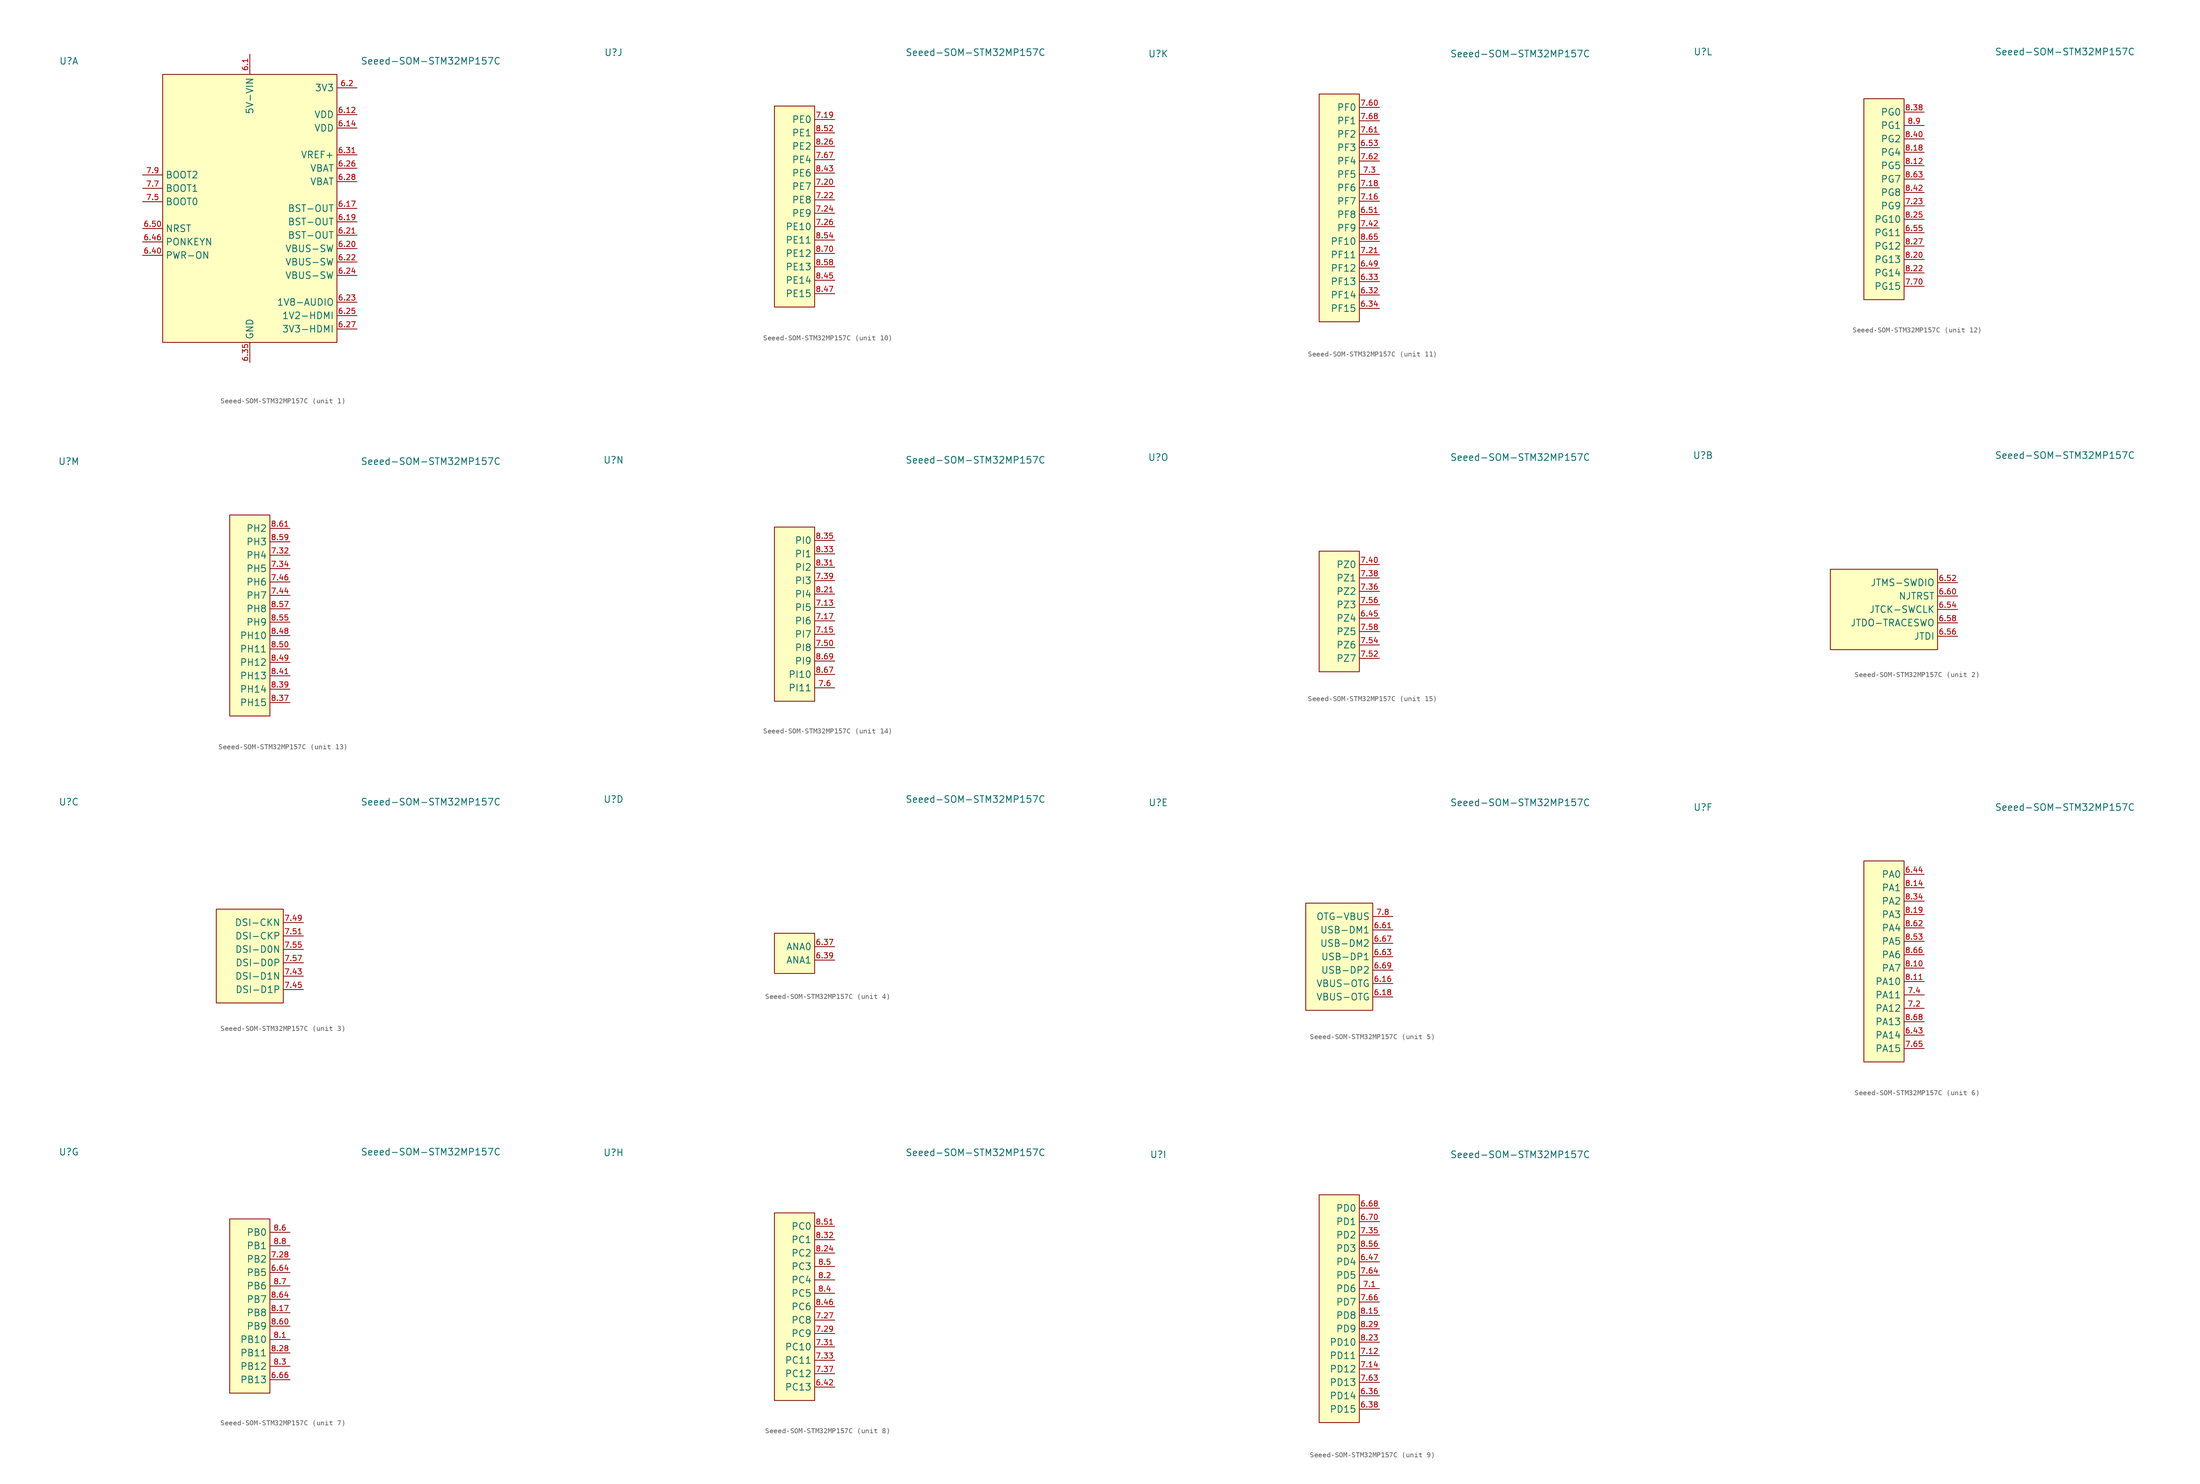
<source format=kicad_sym>
(kicad_symbol_lib
  (version 20210619)
  (generator kicad_symbol_editor)
  (symbol "Seeed-SOM-STM32MP157C"
    (property "Reference" "U"
      (at -34.29 29.21 0)
      (effects (font (size 1.27 1.27))))
    (property "Value" "Seeed-SOM-STM32MP157C"
      (at 34.29 29.21 0)
      (effects (font (size 1.27 1.27))))
    (property "ki_locked" ""
      (at 0 0 0)
      (effects (font (size 1.27 1.27))))
    (symbol "Seeed-SOM-STM32MP157C_1_1"
      (rectangle (start -16.51 -24.13) (end 16.51 26.67) (stroke (width 0)) (fill (type background)))
      (pin power_in line (at 0 30.48 270) (length 3.81) (name "5V-VIN" (effects (font (size 1.27 1.27)))) (number "6.1" (effects (font (size 1.016 1.016)))))
      (pin passive line (at 20.32 24.13 180) (length 3.81) hide (name "3V3" (effects (font (size 1.27 1.27)))) (number "6.10" (effects (font (size 1.016 1.016)))))
      (pin passive line (at 0 30.48 270) (length 3.81) hide (name "5V-VIN" (effects (font (size 1.27 1.27)))) (number "6.11" (effects (font (size 1.016 1.016)))))
      (pin power_out line (at 20.32 19.05 180) (length 3.81) (name "VDD" (effects (font (size 1.27 1.27)))) (number "6.12" (effects (font (size 1.016 1.016)))))
      (pin passive line (at 0 30.48 270) (length 3.81) hide (name "5V-VIN" (effects (font (size 1.27 1.27)))) (number "6.13" (effects (font (size 1.016 1.016)))))
      (pin power_out line (at 20.32 16.51 180) (length 3.81) (name "VDD" (effects (font (size 1.27 1.27)))) (number "6.14" (effects (font (size 1.016 1.016)))))
      (pin passive line (at 0 30.48 270) (length 3.81) hide (name "5V-VIN" (effects (font (size 1.27 1.27)))) (number "6.15" (effects (font (size 1.016 1.016)))))
      (pin power_out line (at 20.32 1.27 180) (length 3.81) (name "BST-OUT" (effects (font (size 1.27 1.27)))) (number "6.17" (effects (font (size 1.016 1.016)))))
      (pin power_out line (at 20.32 -1.27 180) (length 3.81) (name "BST-OUT" (effects (font (size 1.27 1.27)))) (number "6.19" (effects (font (size 1.016 1.016)))))
      (pin power_out line (at 20.32 24.13 180) (length 3.81) (name "3V3" (effects (font (size 1.27 1.27)))) (number "6.2" (effects (font (size 1.016 1.016)))))
      (pin power_out line (at 20.32 -6.35 180) (length 3.81) (name "VBUS-SW" (effects (font (size 1.27 1.27)))) (number "6.20" (effects (font (size 1.016 1.016)))))
      (pin power_out line (at 20.32 -3.81 180) (length 3.81) (name "BST-OUT" (effects (font (size 1.27 1.27)))) (number "6.21" (effects (font (size 1.016 1.016)))))
      (pin power_out line (at 20.32 -8.89 180) (length 3.81) (name "VBUS-SW" (effects (font (size 1.27 1.27)))) (number "6.22" (effects (font (size 1.016 1.016)))))
      (pin power_in line (at 20.32 -16.51 180) (length 3.81) (name "1V8-AUDIO" (effects (font (size 1.27 1.27)))) (number "6.23" (effects (font (size 1.016 1.016)))))
      (pin power_out line (at 20.32 -11.43 180) (length 3.81) (name "VBUS-SW" (effects (font (size 1.27 1.27)))) (number "6.24" (effects (font (size 1.016 1.016)))))
      (pin power_in line (at 20.32 -19.05 180) (length 3.81) (name "1V2-HDMI" (effects (font (size 1.27 1.27)))) (number "6.25" (effects (font (size 1.016 1.016)))))
      (pin power_in line (at 20.32 8.89 180) (length 3.81) (name "VBAT" (effects (font (size 1.27 1.27)))) (number "6.26" (effects (font (size 1.016 1.016)))))
      (pin power_in line (at 20.32 -21.59 180) (length 3.81) (name "3V3-HDMI" (effects (font (size 1.27 1.27)))) (number "6.27" (effects (font (size 1.016 1.016)))))
      (pin power_in line (at 20.32 6.35 180) (length 3.81) (name "VBAT" (effects (font (size 1.27 1.27)))) (number "6.28" (effects (font (size 1.016 1.016)))))
      (pin no_connect line (at 1.27 1.27 90) (length 3.81) hide (name "NC" (effects (font (size 1.27 1.27)))) (number "6.29" (effects (font (size 1.016 1.016)))))
      (pin passive line (at 0 30.48 270) (length 3.81) hide (name "5V-VIN" (effects (font (size 1.27 1.27)))) (number "6.3" (effects (font (size 1.016 1.016)))))
      (pin no_connect line (at -1.27 1.27 90) (length 3.81) hide (name "NC" (effects (font (size 1.27 1.27)))) (number "6.30" (effects (font (size 1.016 1.016)))))
      (pin power_in line (at 20.32 11.43 180) (length 3.81) (name "VREF+" (effects (font (size 1.27 1.27)))) (number "6.31" (effects (font (size 1.016 1.016)))))
      (pin power_in line (at 0 -27.94 90) (length 3.81) (name "GND" (effects (font (size 1.27 1.27)))) (number "6.35" (effects (font (size 1.016 1.016)))))
      (pin passive line (at 20.32 24.13 180) (length 3.81) hide (name "3V3" (effects (font (size 1.27 1.27)))) (number "6.4" (effects (font (size 1.016 1.016)))))
      (pin output line (at -20.32 -7.62 0) (length 3.81) (name "PWR-ON" (effects (font (size 1.27 1.27)))) (number "6.40" (effects (font (size 1.016 1.016)))))
      (pin passive line (at 0 -27.94 90) (length 3.81) hide (name "GND" (effects (font (size 1.27 1.27)))) (number "6.41" (effects (font (size 1.016 1.016)))))
      (pin input line (at -20.32 -5.08 0) (length 3.81) (name "PONKEYN" (effects (font (size 1.27 1.27)))) (number "6.46" (effects (font (size 1.016 1.016)))))
      (pin passive line (at 0 -27.94 90) (length 3.81) hide (name "GND" (effects (font (size 1.27 1.27)))) (number "6.48" (effects (font (size 1.016 1.016)))))
      (pin passive line (at 0 30.48 270) (length 3.81) hide (name "5V-VIN" (effects (font (size 1.27 1.27)))) (number "6.5" (effects (font (size 1.016 1.016)))))
      (pin input line (at -20.32 -2.54 0) (length 3.81) (name "NRST" (effects (font (size 1.27 1.27)))) (number "6.50" (effects (font (size 1.016 1.016)))))
      (pin passive line (at 0 -27.94 90) (length 3.81) hide (name "GND" (effects (font (size 1.27 1.27)))) (number "6.57" (effects (font (size 1.016 1.016)))))
      (pin passive line (at 0 -27.94 90) (length 3.81) hide (name "GND" (effects (font (size 1.27 1.27)))) (number "6.59" (effects (font (size 1.016 1.016)))))
      (pin passive line (at 20.32 24.13 180) (length 3.81) hide (name "3V3" (effects (font (size 1.27 1.27)))) (number "6.6" (effects (font (size 1.016 1.016)))))
      (pin passive line (at 0 -27.94 90) (length 3.81) hide (name "GND" (effects (font (size 1.27 1.27)))) (number "6.62" (effects (font (size 1.016 1.016)))))
      (pin passive line (at 0 -27.94 90) (length 3.81) hide (name "GND" (effects (font (size 1.27 1.27)))) (number "6.65" (effects (font (size 1.016 1.016)))))
      (pin passive line (at 0 30.48 270) (length 3.81) hide (name "5V-VIN" (effects (font (size 1.27 1.27)))) (number "6.7" (effects (font (size 1.016 1.016)))))
      (pin passive line (at 20.32 24.13 180) (length 3.81) hide (name "3V3" (effects (font (size 1.27 1.27)))) (number "6.8" (effects (font (size 1.016 1.016)))))
      (pin passive line (at 0 30.48 270) (length 3.81) hide (name "5V-VIN" (effects (font (size 1.27 1.27)))) (number "6.9" (effects (font (size 1.016 1.016)))))
      (pin passive line (at 0 -27.94 90) (length 3.81) hide (name "GND" (effects (font (size 1.27 1.27)))) (number "7.10" (effects (font (size 1.016 1.016)))))
      (pin passive line (at 0 -27.94 90) (length 3.81) hide (name "GND" (effects (font (size 1.27 1.27)))) (number "7.11" (effects (font (size 1.016 1.016)))))
      (pin passive line (at 0 -27.94 90) (length 3.81) hide (name "GND" (effects (font (size 1.27 1.27)))) (number "7.25" (effects (font (size 1.016 1.016)))))
      (pin passive line (at 0 -27.94 90) (length 3.81) hide (name "GND" (effects (font (size 1.27 1.27)))) (number "7.30" (effects (font (size 1.016 1.016)))))
      (pin passive line (at 0 -27.94 90) (length 3.81) hide (name "GND" (effects (font (size 1.27 1.27)))) (number "7.41" (effects (font (size 1.016 1.016)))))
      (pin passive line (at 0 -27.94 90) (length 3.81) hide (name "GND" (effects (font (size 1.27 1.27)))) (number "7.47" (effects (font (size 1.016 1.016)))))
      (pin passive line (at 0 -27.94 90) (length 3.81) hide (name "GND" (effects (font (size 1.27 1.27)))) (number "7.48" (effects (font (size 1.016 1.016)))))
      (pin input line (at -20.32 2.54 0) (length 3.81) (name "BOOT0" (effects (font (size 1.27 1.27)))) (number "7.5" (effects (font (size 1.016 1.016)))))
      (pin passive line (at 0 -27.94 90) (length 3.81) hide (name "GND" (effects (font (size 1.27 1.27)))) (number "7.53" (effects (font (size 1.016 1.016)))))
      (pin passive line (at 0 -27.94 90) (length 3.81) hide (name "GND" (effects (font (size 1.27 1.27)))) (number "7.59" (effects (font (size 1.016 1.016)))))
      (pin passive line (at 0 -27.94 90) (length 3.81) hide (name "GND" (effects (font (size 1.27 1.27)))) (number "7.69" (effects (font (size 1.016 1.016)))))
      (pin input line (at -20.32 5.08 0) (length 3.81) (name "BOOT1" (effects (font (size 1.27 1.27)))) (number "7.7" (effects (font (size 1.016 1.016)))))
      (pin input line (at -20.32 7.62 0) (length 3.81) (name "BOOT2" (effects (font (size 1.27 1.27)))) (number "7.9" (effects (font (size 1.016 1.016)))))
      (pin passive line (at 0 -27.94 90) (length 3.81) hide (name "GND" (effects (font (size 1.27 1.27)))) (number "8.13" (effects (font (size 1.016 1.016)))))
      (pin passive line (at 0 -27.94 90) (length 3.81) hide (name "GND" (effects (font (size 1.27 1.27)))) (number "8.16" (effects (font (size 1.016 1.016)))))
      (pin passive line (at 0 -27.94 90) (length 3.81) hide (name "GND" (effects (font (size 1.27 1.27)))) (number "8.30" (effects (font (size 1.016 1.016)))))
      (pin passive line (at 0 -27.94 90) (length 3.81) hide (name "GND" (effects (font (size 1.27 1.27)))) (number "8.36" (effects (font (size 1.016 1.016)))))
      (pin passive line (at 0 -27.94 90) (length 3.81) hide (name "GND" (effects (font (size 1.27 1.27)))) (number "8.44" (effects (font (size 1.016 1.016))))))
    (symbol "Seeed-SOM-STM32MP157C_2_1"
      (rectangle (start -10.16 7.62) (end 10.16 -7.62) (stroke (width 0)) (fill (type background)))
      (pin bidirectional line (at 13.97 5.08 180) (length 3.81) (name "JTMS-SWDIO" (effects (font (size 1.27 1.27)))) (number "6.52" (effects (font (size 1.016 1.016)))))
      (pin input line (at 13.97 0 180) (length 3.81) (name "JTCK-SWCLK" (effects (font (size 1.27 1.27)))) (number "6.54" (effects (font (size 1.016 1.016)))))
      (pin input line (at 13.97 -5.08 180) (length 3.81) (name "JTDI" (effects (font (size 1.27 1.27)))) (number "6.56" (effects (font (size 1.016 1.016)))))
      (pin output line (at 13.97 -2.54 180) (length 3.81) (name "JTDO-TRACESWO" (effects (font (size 1.27 1.27)))) (number "6.58" (effects (font (size 1.016 1.016)))))
      (pin input line (at 13.97 2.54 180) (length 3.81) (name "NJTRST" (effects (font (size 1.27 1.27)))) (number "6.60" (effects (font (size 1.016 1.016))))))
    (symbol "Seeed-SOM-STM32MP157C_3_1"
      (rectangle (start 6.35 8.89) (end -6.35 -8.89) (stroke (width 0)) (fill (type background)))
      (pin unspecified line (at 10.16 -3.81 180) (length 3.81) (name "DSI-D1N" (effects (font (size 1.27 1.27)))) (number "7.43" (effects (font (size 1.016 1.016)))))
      (pin unspecified line (at 10.16 -6.35 180) (length 3.81) (name "DSI-D1P" (effects (font (size 1.27 1.27)))) (number "7.45" (effects (font (size 1.016 1.016)))))
      (pin unspecified line (at 10.16 6.35 180) (length 3.81) (name "DSI-CKN" (effects (font (size 1.27 1.27)))) (number "7.49" (effects (font (size 1.016 1.016)))))
      (pin unspecified line (at 10.16 3.81 180) (length 3.81) (name "DSI-CKP" (effects (font (size 1.27 1.27)))) (number "7.51" (effects (font (size 1.016 1.016)))))
      (pin unspecified line (at 10.16 1.27 180) (length 3.81) (name "DSI-D0N" (effects (font (size 1.27 1.27)))) (number "7.55" (effects (font (size 1.016 1.016)))))
      (pin unspecified line (at 10.16 -1.27 180) (length 3.81) (name "DSI-D0P" (effects (font (size 1.27 1.27)))) (number "7.57" (effects (font (size 1.016 1.016))))))
    (symbol "Seeed-SOM-STM32MP157C_4_1"
      (rectangle (start 3.81 3.81) (end -3.81 -3.81) (stroke (width 0)) (fill (type background)))
      (pin unspecified line (at 7.62 1.27 180) (length 3.81) (name "ANA0" (effects (font (size 1.27 1.27)))) (number "6.37" (effects (font (size 1.016 1.016)))))
      (pin unspecified line (at 7.62 -1.27 180) (length 3.81) (name "ANA1" (effects (font (size 1.27 1.27)))) (number "6.39" (effects (font (size 1.016 1.016))))))
    (symbol "Seeed-SOM-STM32MP157C_5_1"
      (rectangle (start 6.35 10.16) (end -6.35 -10.16) (stroke (width 0)) (fill (type background)))
      (pin power_in line (at 10.16 -5.08 180) (length 3.81) (name "VBUS-OTG" (effects (font (size 1.27 1.27)))) (number "6.16" (effects (font (size 1.016 1.016)))))
      (pin power_in line (at 10.16 -7.62 180) (length 3.81) (name "VBUS-OTG" (effects (font (size 1.27 1.27)))) (number "6.18" (effects (font (size 1.016 1.016)))))
      (pin unspecified line (at 10.16 5.08 180) (length 3.81) (name "USB-DM1" (effects (font (size 1.27 1.27)))) (number "6.61" (effects (font (size 1.016 1.016)))))
      (pin unspecified line (at 10.16 0 180) (length 3.81) (name "USB-DP1" (effects (font (size 1.27 1.27)))) (number "6.63" (effects (font (size 1.016 1.016)))))
      (pin unspecified line (at 10.16 2.54 180) (length 3.81) (name "USB-DM2" (effects (font (size 1.27 1.27)))) (number "6.67" (effects (font (size 1.016 1.016)))))
      (pin unspecified line (at 10.16 -2.54 180) (length 3.81) (name "USB-DP2" (effects (font (size 1.27 1.27)))) (number "6.69" (effects (font (size 1.016 1.016)))))
      (pin unspecified line (at 10.16 7.62 180) (length 3.81) (name "OTG-VBUS" (effects (font (size 1.27 1.27)))) (number "7.8" (effects (font (size 1.016 1.016))))))
    (symbol "Seeed-SOM-STM32MP157C_6_1"
      (rectangle (start 3.81 19.05) (end -3.81 -19.05) (stroke (width 0)) (fill (type background)))
      (pin bidirectional line (at 7.62 -13.97 180) (length 3.81) (name "PA14" (effects (font (size 1.27 1.27)))) (number "6.43" (effects (font (size 1.016 1.016)))))
      (pin bidirectional line (at 7.62 16.51 180) (length 3.81) (name "PA0" (effects (font (size 1.27 1.27)))) (number "6.44" (effects (font (size 1.016 1.016)))))
      (pin bidirectional line (at 7.62 -8.89 180) (length 3.81) (name "PA12" (effects (font (size 1.27 1.27)))) (number "7.2" (effects (font (size 1.016 1.016)))))
      (pin bidirectional line (at 7.62 -6.35 180) (length 3.81) (name "PA11" (effects (font (size 1.27 1.27)))) (number "7.4" (effects (font (size 1.016 1.016)))))
      (pin bidirectional line (at 7.62 -16.51 180) (length 3.81) (name "PA15" (effects (font (size 1.27 1.27)))) (number "7.65" (effects (font (size 1.016 1.016)))))
      (pin bidirectional line (at 7.62 -1.27 180) (length 3.81) (name "PA7" (effects (font (size 1.27 1.27)))) (number "8.10" (effects (font (size 1.016 1.016)))))
      (pin bidirectional line (at 7.62 -3.81 180) (length 3.81) (name "PA10" (effects (font (size 1.27 1.27)))) (number "8.11" (effects (font (size 1.016 1.016)))))
      (pin bidirectional line (at 7.62 13.97 180) (length 3.81) (name "PA1" (effects (font (size 1.27 1.27)))) (number "8.14" (effects (font (size 1.016 1.016)))))
      (pin bidirectional line (at 7.62 8.89 180) (length 3.81) (name "PA3" (effects (font (size 1.27 1.27)))) (number "8.19" (effects (font (size 1.016 1.016)))))
      (pin bidirectional line (at 7.62 11.43 180) (length 3.81) (name "PA2" (effects (font (size 1.27 1.27)))) (number "8.34" (effects (font (size 1.016 1.016)))))
      (pin bidirectional line (at 7.62 3.81 180) (length 3.81) (name "PA5" (effects (font (size 1.27 1.27)))) (number "8.53" (effects (font (size 1.016 1.016)))))
      (pin bidirectional line (at 7.62 6.35 180) (length 3.81) (name "PA4" (effects (font (size 1.27 1.27)))) (number "8.62" (effects (font (size 1.016 1.016)))))
      (pin bidirectional line (at 7.62 1.27 180) (length 3.81) (name "PA6" (effects (font (size 1.27 1.27)))) (number "8.66" (effects (font (size 1.016 1.016)))))
      (pin bidirectional line (at 7.62 -11.43 180) (length 3.81) (name "PA13" (effects (font (size 1.27 1.27)))) (number "8.68" (effects (font (size 1.016 1.016))))))
    (symbol "Seeed-SOM-STM32MP157C_7_1"
      (rectangle (start 3.81 16.51) (end -3.81 -16.51) (stroke (width 0)) (fill (type background)))
      (pin bidirectional line (at 7.62 6.35 180) (length 3.81) (name "PB5" (effects (font (size 1.27 1.27)))) (number "6.64" (effects (font (size 1.016 1.016)))))
      (pin bidirectional line (at 7.62 -13.97 180) (length 3.81) (name "PB13" (effects (font (size 1.27 1.27)))) (number "6.66" (effects (font (size 1.016 1.016)))))
      (pin bidirectional line (at 7.62 8.89 180) (length 3.81) (name "PB2" (effects (font (size 1.27 1.27)))) (number "7.28" (effects (font (size 1.016 1.016)))))
      (pin bidirectional line (at 7.62 -6.35 180) (length 3.81) (name "PB10" (effects (font (size 1.27 1.27)))) (number "8.1" (effects (font (size 1.016 1.016)))))
      (pin bidirectional line (at 7.62 -1.27 180) (length 3.81) (name "PB8" (effects (font (size 1.27 1.27)))) (number "8.17" (effects (font (size 1.016 1.016)))))
      (pin bidirectional line (at 7.62 -8.89 180) (length 3.81) (name "PB11" (effects (font (size 1.27 1.27)))) (number "8.28" (effects (font (size 1.016 1.016)))))
      (pin bidirectional line (at 7.62 -11.43 180) (length 3.81) (name "PB12" (effects (font (size 1.27 1.27)))) (number "8.3" (effects (font (size 1.016 1.016)))))
      (pin bidirectional line (at 7.62 13.97 180) (length 3.81) (name "PB0" (effects (font (size 1.27 1.27)))) (number "8.6" (effects (font (size 1.016 1.016)))))
      (pin bidirectional line (at 7.62 -3.81 180) (length 3.81) (name "PB9" (effects (font (size 1.27 1.27)))) (number "8.60" (effects (font (size 1.016 1.016)))))
      (pin bidirectional line (at 7.62 1.27 180) (length 3.81) (name "PB7" (effects (font (size 1.27 1.27)))) (number "8.64" (effects (font (size 1.016 1.016)))))
      (pin bidirectional line (at 7.62 3.81 180) (length 3.81) (name "PB6" (effects (font (size 1.27 1.27)))) (number "8.7" (effects (font (size 1.016 1.016)))))
      (pin bidirectional line (at 7.62 11.43 180) (length 3.81) (name "PB1" (effects (font (size 1.27 1.27)))) (number "8.8" (effects (font (size 1.016 1.016))))))
    (symbol "Seeed-SOM-STM32MP157C_8_1"
      (rectangle (start 3.81 17.78) (end -3.81 -17.78) (stroke (width 0)) (fill (type background)))
      (pin bidirectional line (at 7.62 -15.24 180) (length 3.81) (name "PC13" (effects (font (size 1.27 1.27)))) (number "6.42" (effects (font (size 1.016 1.016)))))
      (pin bidirectional line (at 7.62 -2.54 180) (length 3.81) (name "PC8" (effects (font (size 1.27 1.27)))) (number "7.27" (effects (font (size 1.016 1.016)))))
      (pin bidirectional line (at 7.62 -5.08 180) (length 3.81) (name "PC9" (effects (font (size 1.27 1.27)))) (number "7.29" (effects (font (size 1.016 1.016)))))
      (pin bidirectional line (at 7.62 -7.62 180) (length 3.81) (name "PC10" (effects (font (size 1.27 1.27)))) (number "7.31" (effects (font (size 1.016 1.016)))))
      (pin bidirectional line (at 7.62 -10.16 180) (length 3.81) (name "PC11" (effects (font (size 1.27 1.27)))) (number "7.33" (effects (font (size 1.016 1.016)))))
      (pin bidirectional line (at 7.62 -12.7 180) (length 3.81) (name "PC12" (effects (font (size 1.27 1.27)))) (number "7.37" (effects (font (size 1.016 1.016)))))
      (pin bidirectional line (at 7.62 5.08 180) (length 3.81) (name "PC4" (effects (font (size 1.27 1.27)))) (number "8.2" (effects (font (size 1.016 1.016)))))
      (pin bidirectional line (at 7.62 10.16 180) (length 3.81) (name "PC2" (effects (font (size 1.27 1.27)))) (number "8.24" (effects (font (size 1.016 1.016)))))
      (pin bidirectional line (at 7.62 12.7 180) (length 3.81) (name "PC1" (effects (font (size 1.27 1.27)))) (number "8.32" (effects (font (size 1.016 1.016)))))
      (pin bidirectional line (at 7.62 2.54 180) (length 3.81) (name "PC5" (effects (font (size 1.27 1.27)))) (number "8.4" (effects (font (size 1.016 1.016)))))
      (pin bidirectional line (at 7.62 0 180) (length 3.81) (name "PC6" (effects (font (size 1.27 1.27)))) (number "8.46" (effects (font (size 1.016 1.016)))))
      (pin bidirectional line (at 7.62 7.62 180) (length 3.81) (name "PC3" (effects (font (size 1.27 1.27)))) (number "8.5" (effects (font (size 1.016 1.016)))))
      (pin bidirectional line (at 7.62 15.24 180) (length 3.81) (name "PC0" (effects (font (size 1.27 1.27)))) (number "8.51" (effects (font (size 1.016 1.016))))))
    (symbol "Seeed-SOM-STM32MP157C_9_1"
      (rectangle (start 3.81 21.59) (end -3.81 -21.59) (stroke (width 0)) (fill (type background)))
      (pin bidirectional line (at 7.62 -16.51 180) (length 3.81) (name "PD14" (effects (font (size 1.27 1.27)))) (number "6.36" (effects (font (size 1.016 1.016)))))
      (pin bidirectional line (at 7.62 -19.05 180) (length 3.81) (name "PD15" (effects (font (size 1.27 1.27)))) (number "6.38" (effects (font (size 1.016 1.016)))))
      (pin bidirectional line (at 7.62 8.89 180) (length 3.81) (name "PD4" (effects (font (size 1.27 1.27)))) (number "6.47" (effects (font (size 1.016 1.016)))))
      (pin bidirectional line (at 7.62 19.05 180) (length 3.81) (name "PD0" (effects (font (size 1.27 1.27)))) (number "6.68" (effects (font (size 1.016 1.016)))))
      (pin bidirectional line (at 7.62 16.51 180) (length 3.81) (name "PD1" (effects (font (size 1.27 1.27)))) (number "6.70" (effects (font (size 1.016 1.016)))))
      (pin bidirectional line (at 7.62 3.81 180) (length 3.81) (name "PD6" (effects (font (size 1.27 1.27)))) (number "7.1" (effects (font (size 1.016 1.016)))))
      (pin bidirectional line (at 7.62 -8.89 180) (length 3.81) (name "PD11" (effects (font (size 1.27 1.27)))) (number "7.12" (effects (font (size 1.016 1.016)))))
      (pin bidirectional line (at 7.62 -11.43 180) (length 3.81) (name "PD12" (effects (font (size 1.27 1.27)))) (number "7.14" (effects (font (size 1.016 1.016)))))
      (pin bidirectional line (at 7.62 13.97 180) (length 3.81) (name "PD2" (effects (font (size 1.27 1.27)))) (number "7.35" (effects (font (size 1.016 1.016)))))
      (pin bidirectional line (at 7.62 -13.97 180) (length 3.81) (name "PD13" (effects (font (size 1.27 1.27)))) (number "7.63" (effects (font (size 1.016 1.016)))))
      (pin bidirectional line (at 7.62 6.35 180) (length 3.81) (name "PD5" (effects (font (size 1.27 1.27)))) (number "7.64" (effects (font (size 1.016 1.016)))))
      (pin bidirectional line (at 7.62 1.27 180) (length 3.81) (name "PD7" (effects (font (size 1.27 1.27)))) (number "7.66" (effects (font (size 1.016 1.016)))))
      (pin bidirectional line (at 7.62 -1.27 180) (length 3.81) (name "PD8" (effects (font (size 1.27 1.27)))) (number "8.15" (effects (font (size 1.016 1.016)))))
      (pin bidirectional line (at 7.62 -6.35 180) (length 3.81) (name "PD10" (effects (font (size 1.27 1.27)))) (number "8.23" (effects (font (size 1.016 1.016)))))
      (pin bidirectional line (at 7.62 -3.81 180) (length 3.81) (name "PD9" (effects (font (size 1.27 1.27)))) (number "8.29" (effects (font (size 1.016 1.016)))))
      (pin bidirectional line (at 7.62 11.43 180) (length 3.81) (name "PD3" (effects (font (size 1.27 1.27)))) (number "8.56" (effects (font (size 1.016 1.016))))))
    (symbol "Seeed-SOM-STM32MP157C_10_1"
      (rectangle (start 3.81 19.05) (end -3.81 -19.05) (stroke (width 0)) (fill (type background)))
      (pin bidirectional line (at 7.62 16.51 180) (length 3.81) (name "PE0" (effects (font (size 1.27 1.27)))) (number "7.19" (effects (font (size 1.016 1.016)))))
      (pin bidirectional line (at 7.62 3.81 180) (length 3.81) (name "PE7" (effects (font (size 1.27 1.27)))) (number "7.20" (effects (font (size 1.016 1.016)))))
      (pin bidirectional line (at 7.62 1.27 180) (length 3.81) (name "PE8" (effects (font (size 1.27 1.27)))) (number "7.22" (effects (font (size 1.016 1.016)))))
      (pin bidirectional line (at 7.62 -1.27 180) (length 3.81) (name "PE9" (effects (font (size 1.27 1.27)))) (number "7.24" (effects (font (size 1.016 1.016)))))
      (pin bidirectional line (at 7.62 -3.81 180) (length 3.81) (name "PE10" (effects (font (size 1.27 1.27)))) (number "7.26" (effects (font (size 1.016 1.016)))))
      (pin bidirectional line (at 7.62 8.89 180) (length 3.81) (name "PE4" (effects (font (size 1.27 1.27)))) (number "7.67" (effects (font (size 1.016 1.016)))))
      (pin bidirectional line (at 7.62 11.43 180) (length 3.81) (name "PE2" (effects (font (size 1.27 1.27)))) (number "8.26" (effects (font (size 1.016 1.016)))))
      (pin bidirectional line (at 7.62 6.35 180) (length 3.81) (name "PE6" (effects (font (size 1.27 1.27)))) (number "8.43" (effects (font (size 1.016 1.016)))))
      (pin bidirectional line (at 7.62 -13.97 180) (length 3.81) (name "PE14" (effects (font (size 1.27 1.27)))) (number "8.45" (effects (font (size 1.016 1.016)))))
      (pin bidirectional line (at 7.62 -16.51 180) (length 3.81) (name "PE15" (effects (font (size 1.27 1.27)))) (number "8.47" (effects (font (size 1.016 1.016)))))
      (pin bidirectional line (at 7.62 13.97 180) (length 3.81) (name "PE1" (effects (font (size 1.27 1.27)))) (number "8.52" (effects (font (size 1.016 1.016)))))
      (pin bidirectional line (at 7.62 -6.35 180) (length 3.81) (name "PE11" (effects (font (size 1.27 1.27)))) (number "8.54" (effects (font (size 1.016 1.016)))))
      (pin bidirectional line (at 7.62 -11.43 180) (length 3.81) (name "PE13" (effects (font (size 1.27 1.27)))) (number "8.58" (effects (font (size 1.016 1.016)))))
      (pin bidirectional line (at 7.62 -8.89 180) (length 3.81) (name "PE12" (effects (font (size 1.27 1.27)))) (number "8.70" (effects (font (size 1.016 1.016))))))
    (symbol "Seeed-SOM-STM32MP157C_11_1"
      (rectangle (start 3.81 21.59) (end -3.81 -21.59) (stroke (width 0)) (fill (type background)))
      (pin bidirectional line (at 7.62 -16.51 180) (length 3.81) (name "PF14" (effects (font (size 1.27 1.27)))) (number "6.32" (effects (font (size 1.016 1.016)))))
      (pin bidirectional line (at 7.62 -13.97 180) (length 3.81) (name "PF13" (effects (font (size 1.27 1.27)))) (number "6.33" (effects (font (size 1.016 1.016)))))
      (pin bidirectional line (at 7.62 -19.05 180) (length 3.81) (name "PF15" (effects (font (size 1.27 1.27)))) (number "6.34" (effects (font (size 1.016 1.016)))))
      (pin bidirectional line (at 7.62 -11.43 180) (length 3.81) (name "PF12" (effects (font (size 1.27 1.27)))) (number "6.49" (effects (font (size 1.016 1.016)))))
      (pin bidirectional line (at 7.62 -1.27 180) (length 3.81) (name "PF8" (effects (font (size 1.27 1.27)))) (number "6.51" (effects (font (size 1.016 1.016)))))
      (pin bidirectional line (at 7.62 11.43 180) (length 3.81) (name "PF3" (effects (font (size 1.27 1.27)))) (number "6.53" (effects (font (size 1.016 1.016)))))
      (pin bidirectional line (at 7.62 1.27 180) (length 3.81) (name "PF7" (effects (font (size 1.27 1.27)))) (number "7.16" (effects (font (size 1.016 1.016)))))
      (pin bidirectional line (at 7.62 3.81 180) (length 3.81) (name "PF6" (effects (font (size 1.27 1.27)))) (number "7.18" (effects (font (size 1.016 1.016)))))
      (pin bidirectional line (at 7.62 -8.89 180) (length 3.81) (name "PF11" (effects (font (size 1.27 1.27)))) (number "7.21" (effects (font (size 1.016 1.016)))))
      (pin bidirectional line (at 7.62 6.35 180) (length 3.81) (name "PF5" (effects (font (size 1.27 1.27)))) (number "7.3" (effects (font (size 1.016 1.016)))))
      (pin bidirectional line (at 7.62 -3.81 180) (length 3.81) (name "PF9" (effects (font (size 1.27 1.27)))) (number "7.42" (effects (font (size 1.016 1.016)))))
      (pin bidirectional line (at 7.62 19.05 180) (length 3.81) (name "PF0" (effects (font (size 1.27 1.27)))) (number "7.60" (effects (font (size 1.016 1.016)))))
      (pin bidirectional line (at 7.62 13.97 180) (length 3.81) (name "PF2" (effects (font (size 1.27 1.27)))) (number "7.61" (effects (font (size 1.016 1.016)))))
      (pin bidirectional line (at 7.62 8.89 180) (length 3.81) (name "PF4" (effects (font (size 1.27 1.27)))) (number "7.62" (effects (font (size 1.016 1.016)))))
      (pin bidirectional line (at 7.62 16.51 180) (length 3.81) (name "PF1" (effects (font (size 1.27 1.27)))) (number "7.68" (effects (font (size 1.016 1.016)))))
      (pin bidirectional line (at 7.62 -6.35 180) (length 3.81) (name "PF10" (effects (font (size 1.27 1.27)))) (number "8.65" (effects (font (size 1.016 1.016))))))
    (symbol "Seeed-SOM-STM32MP157C_12_1"
      (rectangle (start 3.81 20.32) (end -3.81 -17.78) (stroke (width 0)) (fill (type background)))
      (pin bidirectional line (at 7.62 -5.08 180) (length 3.81) (name "PG11" (effects (font (size 1.27 1.27)))) (number "6.55" (effects (font (size 1.016 1.016)))))
      (pin bidirectional line (at 7.62 0 180) (length 3.81) (name "PG9" (effects (font (size 1.27 1.27)))) (number "7.23" (effects (font (size 1.016 1.016)))))
      (pin bidirectional line (at 7.62 -15.24 180) (length 3.81) (name "PG15" (effects (font (size 1.27 1.27)))) (number "7.70" (effects (font (size 1.016 1.016)))))
      (pin bidirectional line (at 7.62 7.62 180) (length 3.81) (name "PG5" (effects (font (size 1.27 1.27)))) (number "8.12" (effects (font (size 1.016 1.016)))))
      (pin bidirectional line (at 7.62 10.16 180) (length 3.81) (name "PG4" (effects (font (size 1.27 1.27)))) (number "8.18" (effects (font (size 1.016 1.016)))))
      (pin bidirectional line (at 7.62 -10.16 180) (length 3.81) (name "PG13" (effects (font (size 1.27 1.27)))) (number "8.20" (effects (font (size 1.016 1.016)))))
      (pin bidirectional line (at 7.62 -12.7 180) (length 3.81) (name "PG14" (effects (font (size 1.27 1.27)))) (number "8.22" (effects (font (size 1.016 1.016)))))
      (pin bidirectional line (at 7.62 -2.54 180) (length 3.81) (name "PG10" (effects (font (size 1.27 1.27)))) (number "8.25" (effects (font (size 1.016 1.016)))))
      (pin bidirectional line (at 7.62 -7.62 180) (length 3.81) (name "PG12" (effects (font (size 1.27 1.27)))) (number "8.27" (effects (font (size 1.016 1.016)))))
      (pin bidirectional line (at 7.62 17.78 180) (length 3.81) (name "PG0" (effects (font (size 1.27 1.27)))) (number "8.38" (effects (font (size 1.016 1.016)))))
      (pin bidirectional line (at 7.62 12.7 180) (length 3.81) (name "PG2" (effects (font (size 1.27 1.27)))) (number "8.40" (effects (font (size 1.016 1.016)))))
      (pin bidirectional line (at 7.62 2.54 180) (length 3.81) (name "PG8" (effects (font (size 1.27 1.27)))) (number "8.42" (effects (font (size 1.016 1.016)))))
      (pin bidirectional line (at 7.62 5.08 180) (length 3.81) (name "PG7" (effects (font (size 1.27 1.27)))) (number "8.63" (effects (font (size 1.016 1.016)))))
      (pin bidirectional line (at 7.62 15.24 180) (length 3.81) (name "PG1" (effects (font (size 1.27 1.27)))) (number "8.9" (effects (font (size 1.016 1.016))))))
    (symbol "Seeed-SOM-STM32MP157C_13_1"
      (rectangle (start 3.81 19.05) (end -3.81 -19.05) (stroke (width 0)) (fill (type background)))
      (pin bidirectional line (at 7.62 11.43 180) (length 3.81) (name "PH4" (effects (font (size 1.27 1.27)))) (number "7.32" (effects (font (size 1.016 1.016)))))
      (pin bidirectional line (at 7.62 8.89 180) (length 3.81) (name "PH5" (effects (font (size 1.27 1.27)))) (number "7.34" (effects (font (size 1.016 1.016)))))
      (pin bidirectional line (at 7.62 3.81 180) (length 3.81) (name "PH7" (effects (font (size 1.27 1.27)))) (number "7.44" (effects (font (size 1.016 1.016)))))
      (pin bidirectional line (at 7.62 6.35 180) (length 3.81) (name "PH6" (effects (font (size 1.27 1.27)))) (number "7.46" (effects (font (size 1.016 1.016)))))
      (pin bidirectional line (at 7.62 -16.51 180) (length 3.81) (name "PH15" (effects (font (size 1.27 1.27)))) (number "8.37" (effects (font (size 1.016 1.016)))))
      (pin bidirectional line (at 7.62 -13.97 180) (length 3.81) (name "PH14" (effects (font (size 1.27 1.27)))) (number "8.39" (effects (font (size 1.016 1.016)))))
      (pin bidirectional line (at 7.62 -11.43 180) (length 3.81) (name "PH13" (effects (font (size 1.27 1.27)))) (number "8.41" (effects (font (size 1.016 1.016)))))
      (pin bidirectional line (at 7.62 -3.81 180) (length 3.81) (name "PH10" (effects (font (size 1.27 1.27)))) (number "8.48" (effects (font (size 1.016 1.016)))))
      (pin bidirectional line (at 7.62 -8.89 180) (length 3.81) (name "PH12" (effects (font (size 1.27 1.27)))) (number "8.49" (effects (font (size 1.016 1.016)))))
      (pin bidirectional line (at 7.62 -6.35 180) (length 3.81) (name "PH11" (effects (font (size 1.27 1.27)))) (number "8.50" (effects (font (size 1.016 1.016)))))
      (pin bidirectional line (at 7.62 -1.27 180) (length 3.81) (name "PH9" (effects (font (size 1.27 1.27)))) (number "8.55" (effects (font (size 1.016 1.016)))))
      (pin bidirectional line (at 7.62 1.27 180) (length 3.81) (name "PH8" (effects (font (size 1.27 1.27)))) (number "8.57" (effects (font (size 1.016 1.016)))))
      (pin bidirectional line (at 7.62 13.97 180) (length 3.81) (name "PH3" (effects (font (size 1.27 1.27)))) (number "8.59" (effects (font (size 1.016 1.016)))))
      (pin bidirectional line (at 7.62 16.51 180) (length 3.81) (name "PH2" (effects (font (size 1.27 1.27)))) (number "8.61" (effects (font (size 1.016 1.016))))))
    (symbol "Seeed-SOM-STM32MP157C_14_1"
      (rectangle (start 3.81 16.51) (end -3.81 -16.51) (stroke (width 0)) (fill (type background)))
      (pin bidirectional line (at 7.62 1.27 180) (length 3.81) (name "PI5" (effects (font (size 1.27 1.27)))) (number "7.13" (effects (font (size 1.016 1.016)))))
      (pin bidirectional line (at 7.62 -3.81 180) (length 3.81) (name "PI7" (effects (font (size 1.27 1.27)))) (number "7.15" (effects (font (size 1.016 1.016)))))
      (pin bidirectional line (at 7.62 -1.27 180) (length 3.81) (name "PI6" (effects (font (size 1.27 1.27)))) (number "7.17" (effects (font (size 1.016 1.016)))))
      (pin bidirectional line (at 7.62 6.35 180) (length 3.81) (name "PI3" (effects (font (size 1.27 1.27)))) (number "7.39" (effects (font (size 1.016 1.016)))))
      (pin bidirectional line (at 7.62 -6.35 180) (length 3.81) (name "PI8" (effects (font (size 1.27 1.27)))) (number "7.50" (effects (font (size 1.016 1.016)))))
      (pin bidirectional line (at 7.62 -13.97 180) (length 3.81) (name "PI11" (effects (font (size 1.27 1.27)))) (number "7.6" (effects (font (size 1.016 1.016)))))
      (pin bidirectional line (at 7.62 3.81 180) (length 3.81) (name "PI4" (effects (font (size 1.27 1.27)))) (number "8.21" (effects (font (size 1.016 1.016)))))
      (pin bidirectional line (at 7.62 8.89 180) (length 3.81) (name "PI2" (effects (font (size 1.27 1.27)))) (number "8.31" (effects (font (size 1.016 1.016)))))
      (pin bidirectional line (at 7.62 11.43 180) (length 3.81) (name "PI1" (effects (font (size 1.27 1.27)))) (number "8.33" (effects (font (size 1.016 1.016)))))
      (pin bidirectional line (at 7.62 13.97 180) (length 3.81) (name "PI0" (effects (font (size 1.27 1.27)))) (number "8.35" (effects (font (size 1.016 1.016)))))
      (pin bidirectional line (at 7.62 -11.43 180) (length 3.81) (name "PI10" (effects (font (size 1.27 1.27)))) (number "8.67" (effects (font (size 1.016 1.016)))))
      (pin bidirectional line (at 7.62 -8.89 180) (length 3.81) (name "PI9" (effects (font (size 1.27 1.27)))) (number "8.69" (effects (font (size 1.016 1.016))))))
    (symbol "Seeed-SOM-STM32MP157C_15_1"
      (rectangle (start 3.81 11.43) (end -3.81 -11.43) (stroke (width 0)) (fill (type background)))
      (pin bidirectional line (at 7.62 -1.27 180) (length 3.81) (name "PZ4" (effects (font (size 1.27 1.27)))) (number "6.45" (effects (font (size 1.016 1.016)))))
      (pin bidirectional line (at 7.62 3.81 180) (length 3.81) (name "PZ2" (effects (font (size 1.27 1.27)))) (number "7.36" (effects (font (size 1.016 1.016)))))
      (pin bidirectional line (at 7.62 6.35 180) (length 3.81) (name "PZ1" (effects (font (size 1.27 1.27)))) (number "7.38" (effects (font (size 1.016 1.016)))))
      (pin bidirectional line (at 7.62 8.89 180) (length 3.81) (name "PZ0" (effects (font (size 1.27 1.27)))) (number "7.40" (effects (font (size 1.016 1.016)))))
      (pin bidirectional line (at 7.62 -8.89 180) (length 3.81) (name "PZ7" (effects (font (size 1.27 1.27)))) (number "7.52" (effects (font (size 1.016 1.016)))))
      (pin bidirectional line (at 7.62 -6.35 180) (length 3.81) (name "PZ6" (effects (font (size 1.27 1.27)))) (number "7.54" (effects (font (size 1.016 1.016)))))
      (pin bidirectional line (at 7.62 1.27 180) (length 3.81) (name "PZ3" (effects (font (size 1.27 1.27)))) (number "7.56" (effects (font (size 1.016 1.016)))))
      (pin bidirectional line (at 7.62 -3.81 180) (length 3.81) (name "PZ5" (effects (font (size 1.27 1.27)))) (number "7.58" (effects (font (size 1.016 1.016))))))))
</source>
